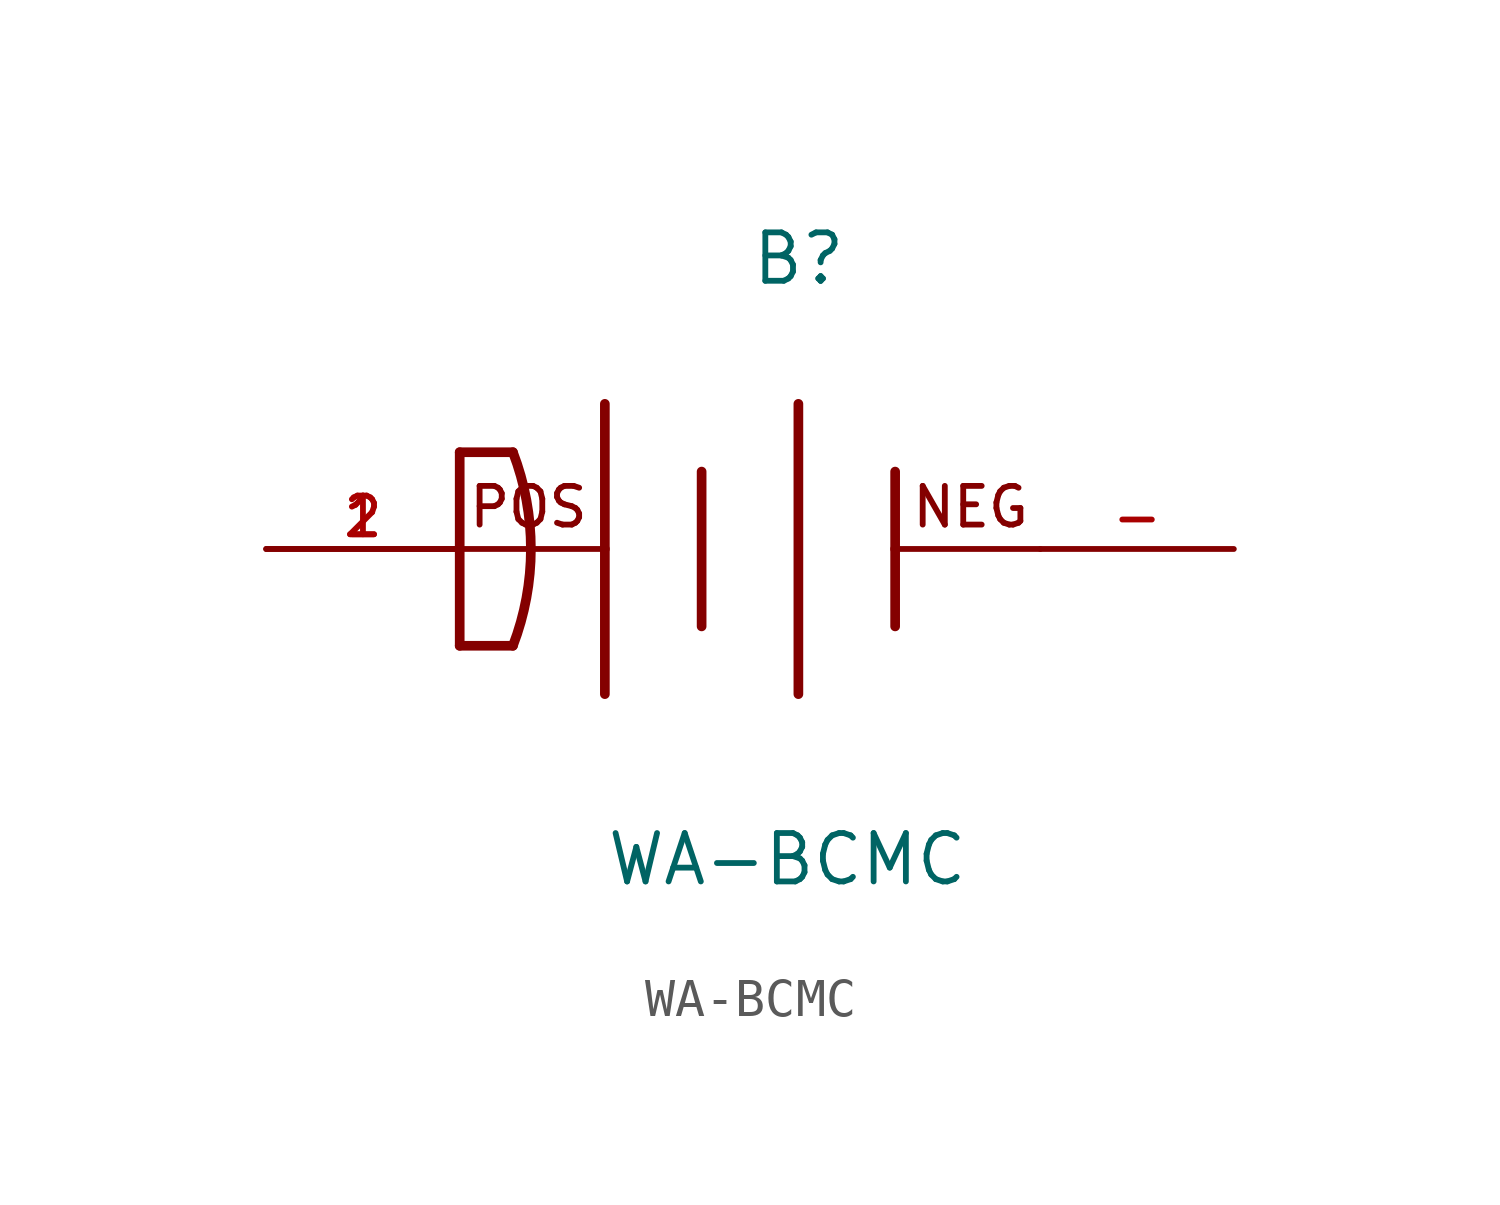
<source format=kicad_sym>
(kicad_symbol_lib
  (version 20211014)
  (generator kicad_symbol_editor)
  (symbol "WA-BCMC"
    (pin_names
      (offset 1.016))
    (property "Reference" "B"
      (at 0.0 7.62 0.0)
      (effects (font (size 1.27 1.27)) (justify left)))
    (property "Value" "WA-BCMC"
      (at -3.81 -8.89 0)
      (effects (font (size 1.27 1.27)) (justify bottom left)))
    (symbol "WA-BCMC_0_0"
      (polyline (pts (xy -3.81 0.0) (xy -7.62 0.0)) (stroke (width 0.152)))
      (polyline (pts (xy -6.223 -2.54) (xy -7.62 -2.54)) (stroke (width 0.254)))
      (polyline (pts (xy -7.62 -2.54) (xy -7.62 0.0)) (stroke (width 0.254)))
      (polyline (pts (xy -7.62 0.0) (xy -7.62 2.54)) (stroke (width 0.254)))
      (polyline (pts (xy -7.62 2.54) (xy -6.223 2.54)) (stroke (width 0.254)))
      (polyline (pts (xy 3.81 0.0) (xy 7.62 0.0)) (stroke (width 0.152)))
      (polyline (pts (xy -3.81 3.81) (xy -3.81 0.0)) (stroke (width 0.254)))
      (polyline (pts (xy -3.81 0.0) (xy -3.81 -3.81)) (stroke (width 0.254)))
      (polyline (pts (xy -1.27 2.032) (xy -1.27 -2.032)) (stroke (width 0.254)))
      (polyline (pts (xy 1.27 3.81) (xy 1.27 -3.81)) (stroke (width 0.254)))
      (polyline (pts (xy 3.81 2.032) (xy 3.81 0.0)) (stroke (width 0.254)))
      (polyline (pts (xy 3.81 0.0) (xy 3.81 -2.032)) (stroke (width 0.254)))
      (arc (start -6.223 -2.54) (mid 7.4566 -0.0046) (end -6.223 2.54) (stroke (width 0.254) (type default) (color 0 0 0 0)) (fill (type none)))
      (text "NEG" (at 4.191 0.508 0) (effects (font (size 1.016 1.016)) (justify bottom left)))
      (text "POS" (at -4.191 0.508 0) (effects (font (size 1.016 1.016)) (justify bottom right)))
      (pin passive line (at -12.7 0.0 0) (length 5.08) (name "~" (effects (font (size 1.016 1.016)))) (number "1" (effects (font (size 1.016 1.016)))))
      (pin passive line (at -12.7 0.0 0) (length 5.08) (name "~" (effects (font (size 1.016 1.016)))) (number "2" (effects (font (size 1.016 1.016)))))
      (pin passive line (at 12.7 0.0 180.0) (length 5.08) (name "~" (effects (font (size 1.016 1.016)))) (number "-" (effects (font (size 1.016 1.016))))))))
</source>
